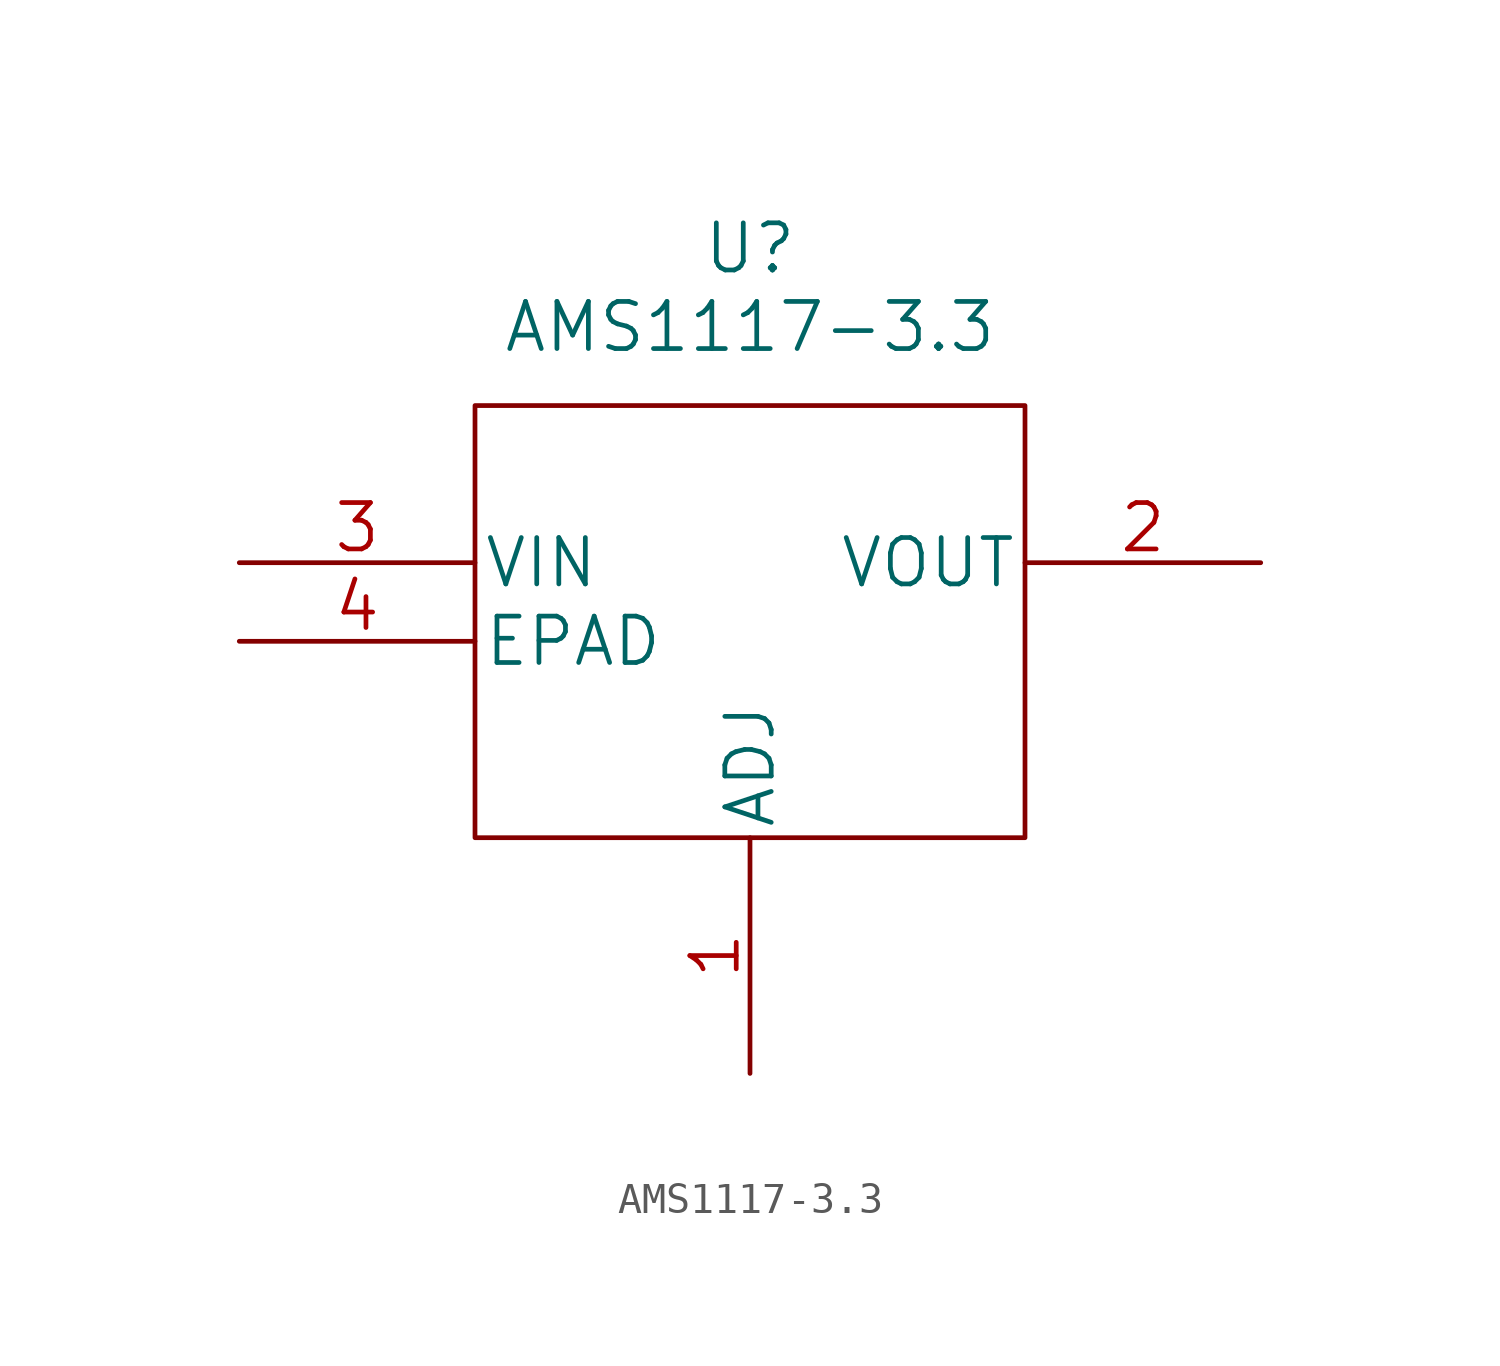
<source format=kicad_sym>
(kicad_symbol_lib
  (version 20211014)
  (generator kicad_symbol_editor)
  (symbol "AMS1117-3.3"
    (pin_names
      (offset 0.254))
    (property "Reference" "U"
      (at 16.51 10.16 0)
      (effects (font (size 1.524 1.524))))
    (property "Value" "AMS1117-3.3"
      (at 16.51 7.62 0)
      (effects (font (size 1.524 1.524))))
    (property "Datasheet" ""
      (at 16.51 -16.51 90)
      (effects (font (size 1.524 1.524))))
    (property "ki_locked" ""
      (at 0 0 0)
      (effects (font (size 1.27 1.27))))
    (symbol "AMS1117-3.3_1_1"
      (rectangle (start 7.62 5.08) (end 25.4 -8.89) (stroke (width 0) (type default) (color 0 0 0 0)) (fill (type none)))
      (pin power_in line (at 16.51 -16.51 90) (length 7.62) (name "ADJ" (effects (font (size 1.499 1.499)))) (number "1" (effects (font (size 1.499 1.499)))))
      (pin output line (at 33.02 0 180) (length 7.62) (name "VOUT" (effects (font (size 1.499 1.499)))) (number "2" (effects (font (size 1.499 1.499)))))
      (pin input line (at 0 0 0) (length 7.62) (name "VIN" (effects (font (size 1.499 1.499)))) (number "3" (effects (font (size 1.499 1.499)))))
      (pin power_in line (at 0 -2.54 0) (length 7.62) (name "EPAD" (effects (font (size 1.499 1.499)))) (number "4" (effects (font (size 1.499 1.499))))))))
</source>
